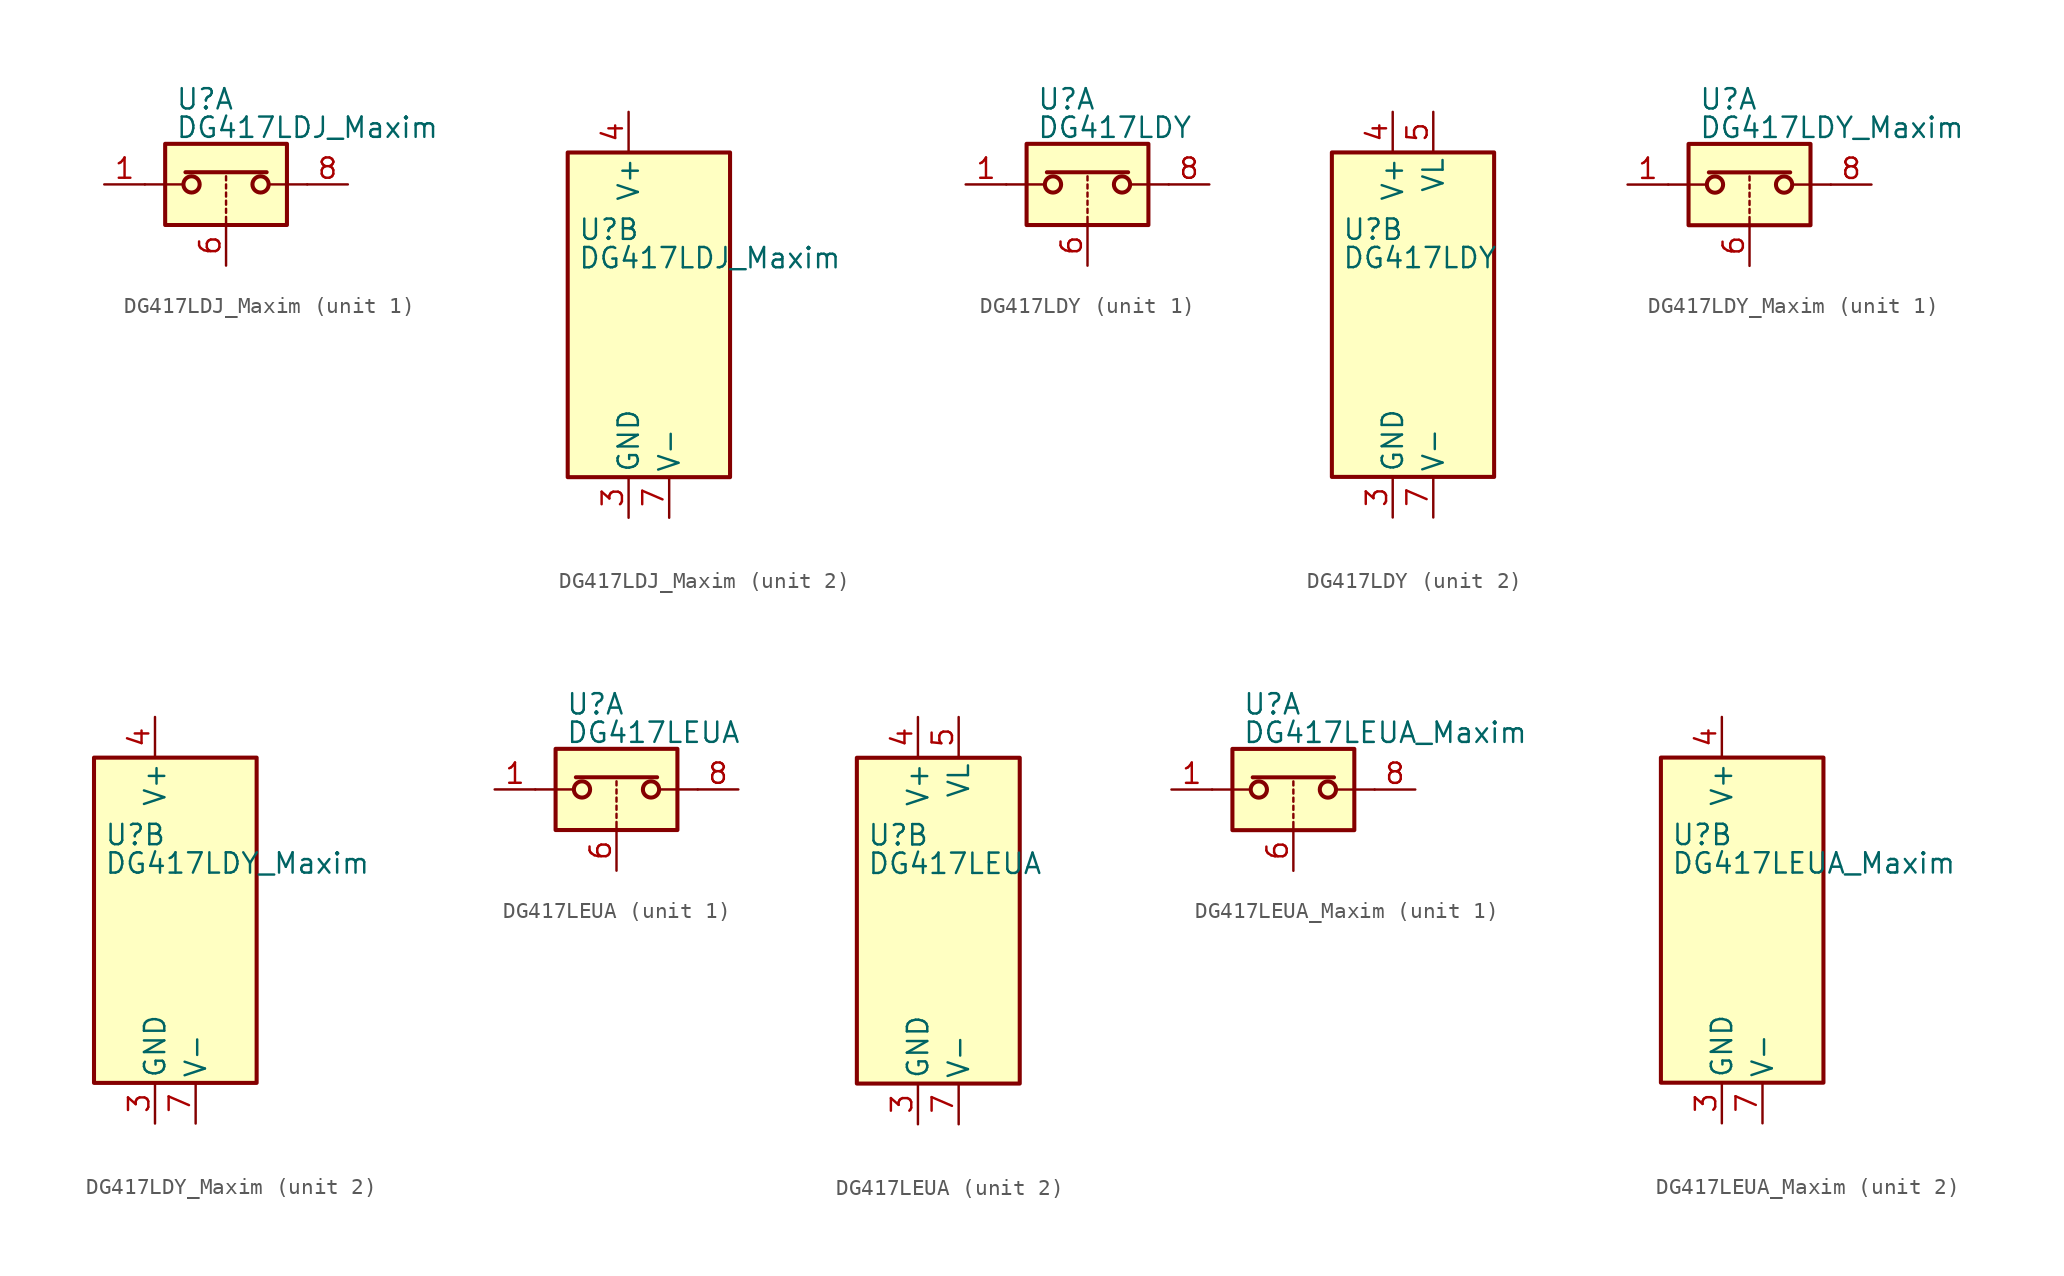
<source format=kicad_sym>
(kicad_symbol_lib
  (version 20200908)
  (generator kicad_symbol_editor)
  (symbol "Analog_Switch:DG417LDJ_Maxim"
    (pin_names
      (offset 0.254))
    (property "Reference" "U"
      (at -3.175 5.334 0)
      (effects (font (size 1.27 1.27)) (justify left)))
    (property "Value" "DG417LDJ_Maxim"
      (at -3.175 3.556 0)
      (effects (font (size 1.27 1.27)) (justify left)))
    (symbol "DG417LDJ_Maxim_1_1"
      (circle (center -2.159 0) (radius 0.508) (stroke (width 0.254)) (fill (type none)))
      (circle (center 2.159 0) (radius 0.508) (stroke (width 0.254)) (fill (type none)))
      (rectangle (start -3.81 2.54) (end 3.81 -2.54) (stroke (width 0.254)) (fill (type background)))
      (polyline (pts (xy -5.08 0) (xy -2.794 0)) (stroke (width 0)) (fill (type none)))
      (polyline (pts (xy -2.54 0.762) (xy 2.54 0.762)) (stroke (width 0.254)) (fill (type none)))
      (polyline (pts (xy 0 -2.54) (xy 0 -2.032)) (stroke (width 0)) (fill (type none)))
      (polyline (pts (xy 0 -1.778) (xy 0 -1.524)) (stroke (width 0)) (fill (type none)))
      (polyline (pts (xy 0 -1.27) (xy 0 -1.016)) (stroke (width 0)) (fill (type none)))
      (polyline (pts (xy 0 -0.762) (xy 0 -0.508)) (stroke (width 0)) (fill (type none)))
      (polyline (pts (xy 0 -0.254) (xy 0 0)) (stroke (width 0)) (fill (type none)))
      (polyline (pts (xy 0 0.254) (xy 0 0.508)) (stroke (width 0)) (fill (type none)))
      (polyline (pts (xy 5.08 0) (xy 2.794 0)) (stroke (width 0)) (fill (type none)))
      (pin passive line (at -7.62 0 0) (length 2.54) (name "~" (effects (font (size 1.27 1.27)))) (number "1" (effects (font (size 1.27 1.27)))))
      (pin input line (at 0 -5.08 90) (length 2.54) (name "~" (effects (font (size 1.27 1.27)))) (number "6" (effects (font (size 1.27 1.27)))))
      (pin passive line (at 7.62 0 180) (length 2.54) (name "~" (effects (font (size 1.27 1.27)))) (number "8" (effects (font (size 1.27 1.27))))))
    (symbol "DG417LDJ_Maxim_2_1"
      (rectangle (start -3.81 10.16) (end 6.35 -10.16) (stroke (width 0.254)) (fill (type background))))
    (symbol "DG417LDJ_Maxim_2_0"
      (pin unconnected line (at -2.54 10.16 270) (length 2.54) hide (name "NC" (effects (font (size 1.27 1.27)))) (number "2" (effects (font (size 1.27 1.27)))))
      (pin power_in line (at 0 -12.7 90) (length 2.54) (name "GND" (effects (font (size 1.27 1.27)))) (number "3" (effects (font (size 1.27 1.27)))))
      (pin power_in line (at 0 12.7 270) (length 2.54) (name "V+" (effects (font (size 1.27 1.27)))) (number "4" (effects (font (size 1.27 1.27)))))
      (pin unconnected line (at 2.54 10.16 270) (length 2.54) hide (name "NC" (effects (font (size 1.27 1.27)))) (number "5" (effects (font (size 1.27 1.27)))))
      (pin power_in line (at 2.54 -12.7 90) (length 2.54) (name "V-" (effects (font (size 1.27 1.27)))) (number "7" (effects (font (size 1.27 1.27)))))))
  (symbol "Analog_Switch:DG417LDY"
    (pin_names
      (offset 0.254))
    (property "Reference" "U"
      (at -3.175 5.334 0)
      (effects (font (size 1.27 1.27)) (justify left)))
    (property "Value" "DG417LDY"
      (at -3.175 3.556 0)
      (effects (font (size 1.27 1.27)) (justify left)))
    (symbol "DG417LDY_1_1"
      (circle (center -2.159 0) (radius 0.508) (stroke (width 0.254)) (fill (type none)))
      (circle (center 2.159 0) (radius 0.508) (stroke (width 0.254)) (fill (type none)))
      (rectangle (start -3.81 2.54) (end 3.81 -2.54) (stroke (width 0.254)) (fill (type background)))
      (polyline (pts (xy -5.08 0) (xy -2.794 0)) (stroke (width 0)) (fill (type none)))
      (polyline (pts (xy -2.54 0.762) (xy 2.54 0.762)) (stroke (width 0.254)) (fill (type none)))
      (polyline (pts (xy 0 -2.54) (xy 0 -2.032)) (stroke (width 0)) (fill (type none)))
      (polyline (pts (xy 0 -1.778) (xy 0 -1.524)) (stroke (width 0)) (fill (type none)))
      (polyline (pts (xy 0 -1.27) (xy 0 -1.016)) (stroke (width 0)) (fill (type none)))
      (polyline (pts (xy 0 -0.762) (xy 0 -0.508)) (stroke (width 0)) (fill (type none)))
      (polyline (pts (xy 0 -0.254) (xy 0 0)) (stroke (width 0)) (fill (type none)))
      (polyline (pts (xy 0 0.254) (xy 0 0.508)) (stroke (width 0)) (fill (type none)))
      (polyline (pts (xy 5.08 0) (xy 2.794 0)) (stroke (width 0)) (fill (type none)))
      (pin passive line (at -7.62 0 0) (length 2.54) (name "~" (effects (font (size 1.27 1.27)))) (number "1" (effects (font (size 1.27 1.27)))))
      (pin input line (at 0 -5.08 90) (length 2.54) (name "~" (effects (font (size 1.27 1.27)))) (number "6" (effects (font (size 1.27 1.27)))))
      (pin passive line (at 7.62 0 180) (length 2.54) (name "~" (effects (font (size 1.27 1.27)))) (number "8" (effects (font (size 1.27 1.27))))))
    (symbol "DG417LDY_2_1"
      (rectangle (start -3.81 10.16) (end 6.35 -10.16) (stroke (width 0.254)) (fill (type background))))
    (symbol "DG417LDY_2_0"
      (pin unconnected line (at -2.54 10.16 270) (length 2.54) hide (name "NC" (effects (font (size 1.27 1.27)))) (number "2" (effects (font (size 1.27 1.27)))))
      (pin power_in line (at 0 -12.7 90) (length 2.54) (name "GND" (effects (font (size 1.27 1.27)))) (number "3" (effects (font (size 1.27 1.27)))))
      (pin power_in line (at 0 12.7 270) (length 2.54) (name "V+" (effects (font (size 1.27 1.27)))) (number "4" (effects (font (size 1.27 1.27)))))
      (pin power_in line (at 2.54 12.7 270) (length 2.54) (name "VL" (effects (font (size 1.27 1.27)))) (number "5" (effects (font (size 1.27 1.27)))))
      (pin power_in line (at 2.54 -12.7 90) (length 2.54) (name "V-" (effects (font (size 1.27 1.27)))) (number "7" (effects (font (size 1.27 1.27)))))))
  (symbol "Analog_Switch:DG417LDY_Maxim"
    (pin_names
      (offset 0.254))
    (property "Reference" "U"
      (at -3.175 5.334 0)
      (effects (font (size 1.27 1.27)) (justify left)))
    (property "Value" "DG417LDY_Maxim"
      (at -3.175 3.556 0)
      (effects (font (size 1.27 1.27)) (justify left)))
    (symbol "DG417LDY_Maxim_1_1"
      (circle (center -2.159 0) (radius 0.508) (stroke (width 0.254)) (fill (type none)))
      (circle (center 2.159 0) (radius 0.508) (stroke (width 0.254)) (fill (type none)))
      (rectangle (start -3.81 2.54) (end 3.81 -2.54) (stroke (width 0.254)) (fill (type background)))
      (polyline (pts (xy -5.08 0) (xy -2.794 0)) (stroke (width 0)) (fill (type none)))
      (polyline (pts (xy -2.54 0.762) (xy 2.54 0.762)) (stroke (width 0.254)) (fill (type none)))
      (polyline (pts (xy 0 -2.54) (xy 0 -2.032)) (stroke (width 0)) (fill (type none)))
      (polyline (pts (xy 0 -1.778) (xy 0 -1.524)) (stroke (width 0)) (fill (type none)))
      (polyline (pts (xy 0 -1.27) (xy 0 -1.016)) (stroke (width 0)) (fill (type none)))
      (polyline (pts (xy 0 -0.762) (xy 0 -0.508)) (stroke (width 0)) (fill (type none)))
      (polyline (pts (xy 0 -0.254) (xy 0 0)) (stroke (width 0)) (fill (type none)))
      (polyline (pts (xy 0 0.254) (xy 0 0.508)) (stroke (width 0)) (fill (type none)))
      (polyline (pts (xy 5.08 0) (xy 2.794 0)) (stroke (width 0)) (fill (type none)))
      (pin passive line (at -7.62 0 0) (length 2.54) (name "~" (effects (font (size 1.27 1.27)))) (number "1" (effects (font (size 1.27 1.27)))))
      (pin input line (at 0 -5.08 90) (length 2.54) (name "~" (effects (font (size 1.27 1.27)))) (number "6" (effects (font (size 1.27 1.27)))))
      (pin passive line (at 7.62 0 180) (length 2.54) (name "~" (effects (font (size 1.27 1.27)))) (number "8" (effects (font (size 1.27 1.27))))))
    (symbol "DG417LDY_Maxim_2_1"
      (rectangle (start -3.81 10.16) (end 6.35 -10.16) (stroke (width 0.254)) (fill (type background))))
    (symbol "DG417LDY_Maxim_2_0"
      (pin unconnected line (at -2.54 10.16 270) (length 2.54) hide (name "NC" (effects (font (size 1.27 1.27)))) (number "2" (effects (font (size 1.27 1.27)))))
      (pin power_in line (at 0 -12.7 90) (length 2.54) (name "GND" (effects (font (size 1.27 1.27)))) (number "3" (effects (font (size 1.27 1.27)))))
      (pin power_in line (at 0 12.7 270) (length 2.54) (name "V+" (effects (font (size 1.27 1.27)))) (number "4" (effects (font (size 1.27 1.27)))))
      (pin unconnected line (at 2.54 10.16 270) (length 2.54) hide (name "NC" (effects (font (size 1.27 1.27)))) (number "5" (effects (font (size 1.27 1.27)))))
      (pin power_in line (at 2.54 -12.7 90) (length 2.54) (name "V-" (effects (font (size 1.27 1.27)))) (number "7" (effects (font (size 1.27 1.27)))))))
  (symbol "Analog_Switch:DG417LEUA"
    (pin_names
      (offset 0.254))
    (property "Reference" "U"
      (at -3.175 5.334 0)
      (effects (font (size 1.27 1.27)) (justify left)))
    (property "Value" "DG417LEUA"
      (at -3.175 3.556 0)
      (effects (font (size 1.27 1.27)) (justify left)))
    (symbol "DG417LEUA_1_1"
      (circle (center -2.159 0) (radius 0.508) (stroke (width 0.254)) (fill (type none)))
      (circle (center 2.159 0) (radius 0.508) (stroke (width 0.254)) (fill (type none)))
      (rectangle (start -3.81 2.54) (end 3.81 -2.54) (stroke (width 0.254)) (fill (type background)))
      (polyline (pts (xy -5.08 0) (xy -2.794 0)) (stroke (width 0)) (fill (type none)))
      (polyline (pts (xy -2.54 0.762) (xy 2.54 0.762)) (stroke (width 0.254)) (fill (type none)))
      (polyline (pts (xy 0 -2.54) (xy 0 -2.032)) (stroke (width 0)) (fill (type none)))
      (polyline (pts (xy 0 -1.778) (xy 0 -1.524)) (stroke (width 0)) (fill (type none)))
      (polyline (pts (xy 0 -1.27) (xy 0 -1.016)) (stroke (width 0)) (fill (type none)))
      (polyline (pts (xy 0 -0.762) (xy 0 -0.508)) (stroke (width 0)) (fill (type none)))
      (polyline (pts (xy 0 -0.254) (xy 0 0)) (stroke (width 0)) (fill (type none)))
      (polyline (pts (xy 0 0.254) (xy 0 0.508)) (stroke (width 0)) (fill (type none)))
      (polyline (pts (xy 5.08 0) (xy 2.794 0)) (stroke (width 0)) (fill (type none)))
      (pin passive line (at -7.62 0 0) (length 2.54) (name "~" (effects (font (size 1.27 1.27)))) (number "1" (effects (font (size 1.27 1.27)))))
      (pin input line (at 0 -5.08 90) (length 2.54) (name "~" (effects (font (size 1.27 1.27)))) (number "6" (effects (font (size 1.27 1.27)))))
      (pin passive line (at 7.62 0 180) (length 2.54) (name "~" (effects (font (size 1.27 1.27)))) (number "8" (effects (font (size 1.27 1.27))))))
    (symbol "DG417LEUA_2_1"
      (rectangle (start -3.81 10.16) (end 6.35 -10.16) (stroke (width 0.254)) (fill (type background))))
    (symbol "DG417LEUA_2_0"
      (pin unconnected line (at -2.54 10.16 270) (length 2.54) hide (name "NC" (effects (font (size 1.27 1.27)))) (number "2" (effects (font (size 1.27 1.27)))))
      (pin power_in line (at 0 -12.7 90) (length 2.54) (name "GND" (effects (font (size 1.27 1.27)))) (number "3" (effects (font (size 1.27 1.27)))))
      (pin power_in line (at 0 12.7 270) (length 2.54) (name "V+" (effects (font (size 1.27 1.27)))) (number "4" (effects (font (size 1.27 1.27)))))
      (pin power_in line (at 2.54 12.7 270) (length 2.54) (name "VL" (effects (font (size 1.27 1.27)))) (number "5" (effects (font (size 1.27 1.27)))))
      (pin power_in line (at 2.54 -12.7 90) (length 2.54) (name "V-" (effects (font (size 1.27 1.27)))) (number "7" (effects (font (size 1.27 1.27)))))))
  (symbol "Analog_Switch:DG417LEUA_Maxim"
    (pin_names
      (offset 0.254))
    (property "Reference" "U"
      (at -3.175 5.334 0)
      (effects (font (size 1.27 1.27)) (justify left)))
    (property "Value" "DG417LEUA_Maxim"
      (at -3.175 3.556 0)
      (effects (font (size 1.27 1.27)) (justify left)))
    (symbol "DG417LEUA_Maxim_1_1"
      (circle (center -2.159 0) (radius 0.508) (stroke (width 0.254)) (fill (type none)))
      (circle (center 2.159 0) (radius 0.508) (stroke (width 0.254)) (fill (type none)))
      (rectangle (start -3.81 2.54) (end 3.81 -2.54) (stroke (width 0.254)) (fill (type background)))
      (polyline (pts (xy -5.08 0) (xy -2.794 0)) (stroke (width 0)) (fill (type none)))
      (polyline (pts (xy -2.54 0.762) (xy 2.54 0.762)) (stroke (width 0.254)) (fill (type none)))
      (polyline (pts (xy 0 -2.54) (xy 0 -2.032)) (stroke (width 0)) (fill (type none)))
      (polyline (pts (xy 0 -1.778) (xy 0 -1.524)) (stroke (width 0)) (fill (type none)))
      (polyline (pts (xy 0 -1.27) (xy 0 -1.016)) (stroke (width 0)) (fill (type none)))
      (polyline (pts (xy 0 -0.762) (xy 0 -0.508)) (stroke (width 0)) (fill (type none)))
      (polyline (pts (xy 0 -0.254) (xy 0 0)) (stroke (width 0)) (fill (type none)))
      (polyline (pts (xy 0 0.254) (xy 0 0.508)) (stroke (width 0)) (fill (type none)))
      (polyline (pts (xy 5.08 0) (xy 2.794 0)) (stroke (width 0)) (fill (type none)))
      (pin passive line (at -7.62 0 0) (length 2.54) (name "~" (effects (font (size 1.27 1.27)))) (number "1" (effects (font (size 1.27 1.27)))))
      (pin input line (at 0 -5.08 90) (length 2.54) (name "~" (effects (font (size 1.27 1.27)))) (number "6" (effects (font (size 1.27 1.27)))))
      (pin passive line (at 7.62 0 180) (length 2.54) (name "~" (effects (font (size 1.27 1.27)))) (number "8" (effects (font (size 1.27 1.27))))))
    (symbol "DG417LEUA_Maxim_2_1"
      (rectangle (start -3.81 10.16) (end 6.35 -10.16) (stroke (width 0.254)) (fill (type background))))
    (symbol "DG417LEUA_Maxim_2_0"
      (pin unconnected line (at -2.54 10.16 270) (length 2.54) hide (name "NC" (effects (font (size 1.27 1.27)))) (number "2" (effects (font (size 1.27 1.27)))))
      (pin power_in line (at 0 -12.7 90) (length 2.54) (name "GND" (effects (font (size 1.27 1.27)))) (number "3" (effects (font (size 1.27 1.27)))))
      (pin power_in line (at 0 12.7 270) (length 2.54) (name "V+" (effects (font (size 1.27 1.27)))) (number "4" (effects (font (size 1.27 1.27)))))
      (pin unconnected line (at 2.54 10.16 270) (length 2.54) hide (name "NC" (effects (font (size 1.27 1.27)))) (number "5" (effects (font (size 1.27 1.27)))))
      (pin power_in line (at 2.54 -12.7 90) (length 2.54) (name "V-" (effects (font (size 1.27 1.27)))) (number "7" (effects (font (size 1.27 1.27))))))))
</source>
